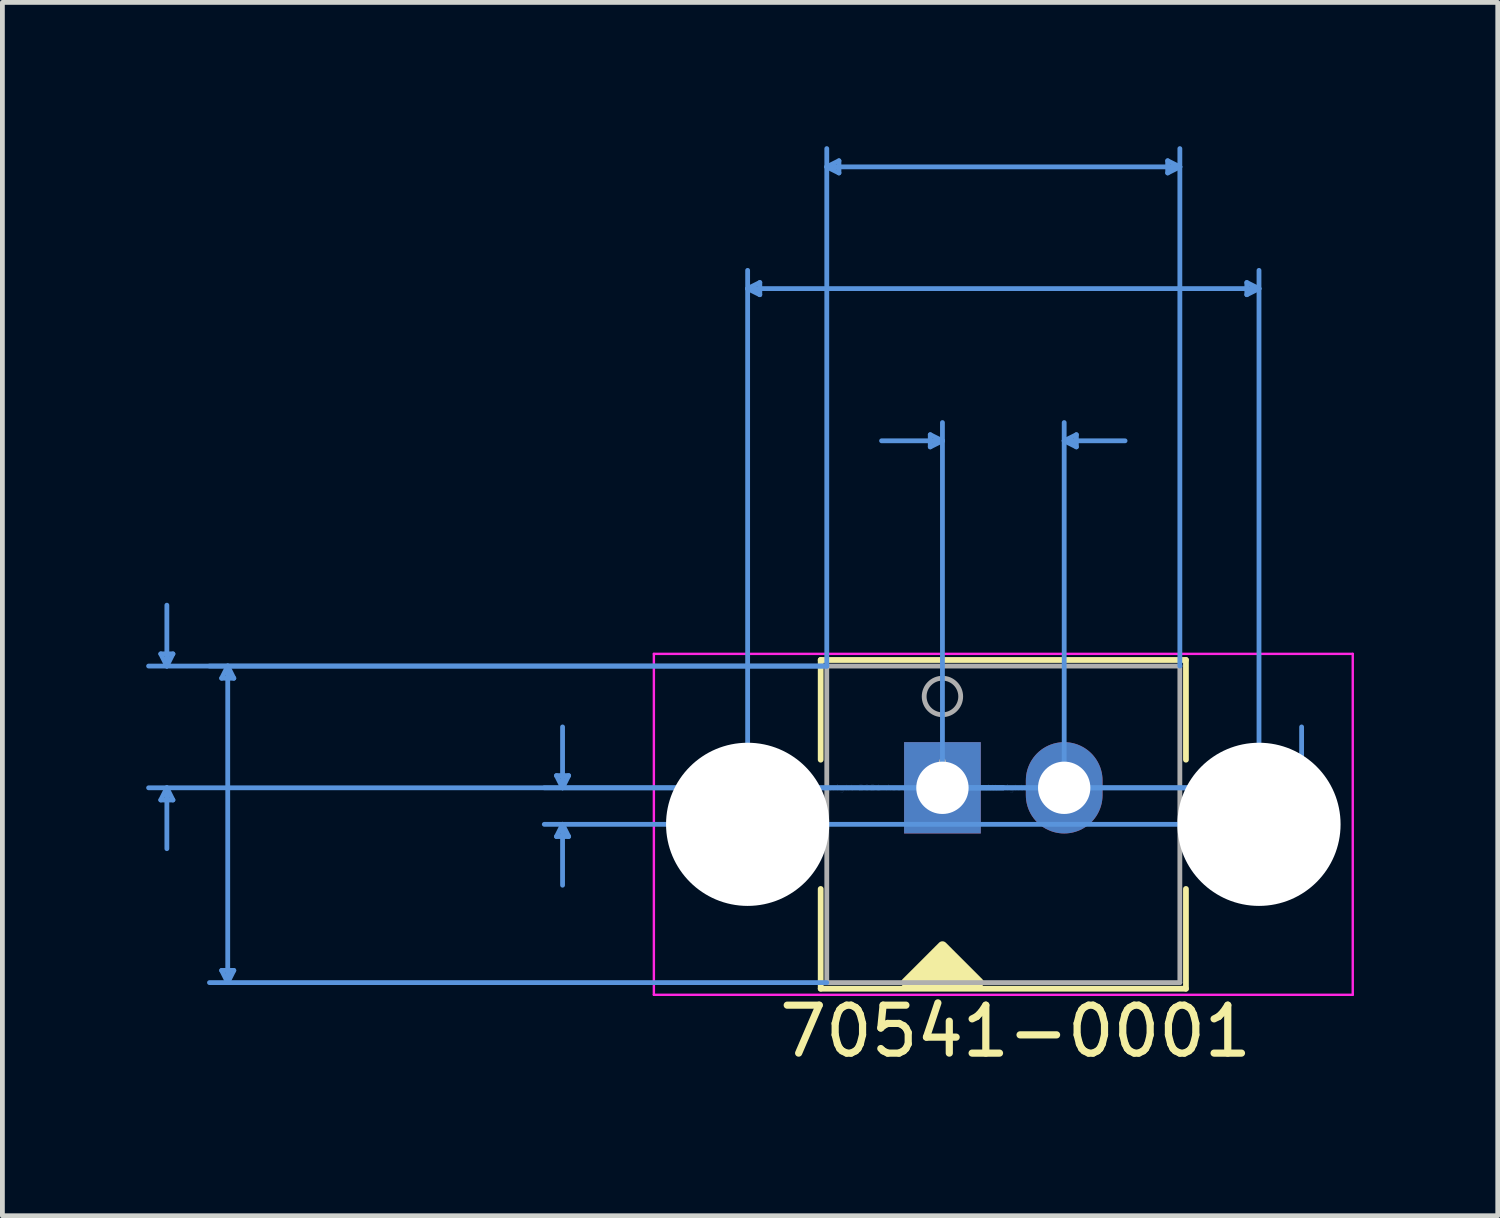
<source format=kicad_pcb>
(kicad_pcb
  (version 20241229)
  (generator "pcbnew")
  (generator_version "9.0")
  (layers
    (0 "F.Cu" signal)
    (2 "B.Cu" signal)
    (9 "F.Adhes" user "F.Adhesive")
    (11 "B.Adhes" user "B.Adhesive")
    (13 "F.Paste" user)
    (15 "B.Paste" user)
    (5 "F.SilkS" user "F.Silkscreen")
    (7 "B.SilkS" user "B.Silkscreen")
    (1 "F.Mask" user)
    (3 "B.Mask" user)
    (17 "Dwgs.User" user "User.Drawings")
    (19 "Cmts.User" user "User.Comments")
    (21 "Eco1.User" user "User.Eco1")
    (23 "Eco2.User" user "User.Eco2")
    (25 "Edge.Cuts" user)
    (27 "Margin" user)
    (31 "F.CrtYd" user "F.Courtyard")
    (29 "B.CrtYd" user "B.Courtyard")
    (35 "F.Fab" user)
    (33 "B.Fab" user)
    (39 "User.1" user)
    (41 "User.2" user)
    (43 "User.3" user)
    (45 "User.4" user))
  (footprint "70541-0001"
    (layer "F.Cu")
    (at 16.611 13.385)
    (property "Reference" "70541-0001" (at 1.524 5.08 0) (layer "F.SilkS") (effects (font (size 1 1) (thickness 0.15))))
    (attr through_hole)
    (fp_line (start -2.54 -2.667) (end -2.54 -0.586) (stroke (width 0.12) (type solid)) (layer "F.SilkS"))
    (fp_line (start -2.54 2.11) (end -2.54 4.191) (stroke (width 0.12) (type solid)) (layer "F.SilkS"))
    (fp_line (start -2.54 4.191) (end 5.08 4.191) (stroke (width 0.12) (type solid)) (layer "F.SilkS"))
    (fp_line (start 5.08 -2.667) (end -2.54 -2.667) (stroke (width 0.12) (type solid)) (layer "F.SilkS"))
    (fp_line (start 5.08 -0.586) (end 5.08 -2.667) (stroke (width 0.12) (type solid)) (layer "F.SilkS"))
    (fp_line (start 5.08 4.191) (end 5.08 2.11) (stroke (width 0.12) (type solid)) (layer "F.SilkS"))
    (fp_poly (pts (xy 0.762 4.064) (xy -0.762 4.064) (xy 0 3.302)) (stroke (width 0.2) (type solid)) (fill yes) (layer "F.SilkS"))
    (fp_line (start -16.307 -2.794) (end -16.053 -2.794) (stroke (width 0.1) (type solid)) (layer "Cmts.User"))
    (fp_line (start -16.307 0.254) (end -16.053 0.254) (stroke (width 0.1) (type solid)) (layer "Cmts.User"))
    (fp_line (start -16.18 -2.54) (end -16.307 -2.794) (stroke (width 0.1) (type solid)) (layer "Cmts.User"))
    (fp_line (start -16.18 -2.54) (end -16.18 -3.81) (stroke (width 0.1) (type solid)) (layer "Cmts.User"))
    (fp_line (start -16.18 -2.54) (end -16.053 -2.794) (stroke (width 0.1) (type solid)) (layer "Cmts.User"))
    (fp_line (start -16.18 0) (end -16.307 0.254) (stroke (width 0.1) (type solid)) (layer "Cmts.User"))
    (fp_line (start -16.18 0) (end -16.18 1.27) (stroke (width 0.1) (type solid)) (layer "Cmts.User"))
    (fp_line (start -16.18 0) (end -16.053 0.254) (stroke (width 0.1) (type solid)) (layer "Cmts.User"))
    (fp_line (start -15.037 -2.286) (end -14.783 -2.286) (stroke (width 0.1) (type solid)) (layer "Cmts.User"))
    (fp_line (start -15.037 3.81) (end -14.783 3.81) (stroke (width 0.1) (type solid)) (layer "Cmts.User"))
    (fp_line (start -14.91 -2.54) (end -15.037 -2.286) (stroke (width 0.1) (type solid)) (layer "Cmts.User"))
    (fp_line (start -14.91 -2.54) (end -14.91 4.064) (stroke (width 0.1) (type solid)) (layer "Cmts.User"))
    (fp_line (start -14.91 -2.54) (end -14.783 -2.286) (stroke (width 0.1) (type solid)) (layer "Cmts.User"))
    (fp_line (start -14.91 4.064) (end -15.037 3.81) (stroke (width 0.1) (type solid)) (layer "Cmts.User"))
    (fp_line (start -14.91 4.064) (end -14.783 3.81) (stroke (width 0.1) (type solid)) (layer "Cmts.User"))
    (fp_line (start -8.052 -0.254) (end -7.798 -0.254) (stroke (width 0.1) (type solid)) (layer "Cmts.User"))
    (fp_line (start -8.052 1.016) (end -7.798 1.016) (stroke (width 0.1) (type solid)) (layer "Cmts.User"))
    (fp_line (start -7.925 0) (end -8.052 -0.254) (stroke (width 0.1) (type solid)) (layer "Cmts.User"))
    (fp_line (start -7.925 0) (end -7.925 -1.27) (stroke (width 0.1) (type solid)) (layer "Cmts.User"))
    (fp_line (start -7.925 0) (end -7.798 -0.254) (stroke (width 0.1) (type solid)) (layer "Cmts.User"))
    (fp_line (start -7.925 0.762) (end -8.052 1.016) (stroke (width 0.1) (type solid)) (layer "Cmts.User"))
    (fp_line (start -7.925 0.762) (end -7.925 2.032) (stroke (width 0.1) (type solid)) (layer "Cmts.User"))
    (fp_line (start -7.925 0.762) (end -7.798 1.016) (stroke (width 0.1) (type solid)) (layer "Cmts.User"))
    (fp_line (start -4.064 -10.414) (end -3.81 -10.541) (stroke (width 0.1) (type solid)) (layer "Cmts.User"))
    (fp_line (start -4.064 -10.414) (end -3.81 -10.287) (stroke (width 0.1) (type solid)) (layer "Cmts.User"))
    (fp_line (start -4.064 -10.414) (end 6.604 -10.414) (stroke (width 0.1) (type solid)) (layer "Cmts.User"))
    (fp_line (start -4.064 0.762) (end -4.064 -10.795) (stroke (width 0.1) (type solid)) (layer "Cmts.User"))
    (fp_line (start -3.81 -10.541) (end -3.81 -10.287) (stroke (width 0.1) (type solid)) (layer "Cmts.User"))
    (fp_line (start -2.413 -12.954) (end -2.159 -13.081) (stroke (width 0.1) (type solid)) (layer "Cmts.User"))
    (fp_line (start -2.413 -12.954) (end -2.159 -12.827) (stroke (width 0.1) (type solid)) (layer "Cmts.User"))
    (fp_line (start -2.413 -12.954) (end 4.953 -12.954) (stroke (width 0.1) (type solid)) (layer "Cmts.User"))
    (fp_line (start -2.413 -2.54) (end -16.561 -2.54) (stroke (width 0.1) (type solid)) (layer "Cmts.User"))
    (fp_line (start -2.413 -2.54) (end -15.291 -2.54) (stroke (width 0.1) (type solid)) (layer "Cmts.User"))
    (fp_line (start -2.413 -2.54) (end -2.413 -13.335) (stroke (width 0.1) (type solid)) (layer "Cmts.User"))
    (fp_line (start -2.413 4.064) (end -15.291 4.064) (stroke (width 0.1) (type solid)) (layer "Cmts.User"))
    (fp_line (start -2.159 -13.081) (end -2.159 -12.827) (stroke (width 0.1) (type solid)) (layer "Cmts.User"))
    (fp_line (start -0.254 -7.366) (end -0.254 -7.112) (stroke (width 0.1) (type solid)) (layer "Cmts.User"))
    (fp_line (start 0 -7.239) (end -1.27 -7.239) (stroke (width 0.1) (type solid)) (layer "Cmts.User"))
    (fp_line (start 0 -7.239) (end -0.254 -7.366) (stroke (width 0.1) (type solid)) (layer "Cmts.User"))
    (fp_line (start 0 -7.239) (end -0.254 -7.112) (stroke (width 0.1) (type solid)) (layer "Cmts.User"))
    (fp_line (start 0 0) (end 0 -7.62) (stroke (width 0.1) (type solid)) (layer "Cmts.User"))
    (fp_line (start 0 0) (end 7.874 0) (stroke (width 0.1) (type solid)) (layer "Cmts.User"))
    (fp_line (start 0 0) (end 7.874 0) (stroke (width 0.1) (type solid)) (layer "Cmts.User"))
    (fp_line (start 1.27 0) (end -16.561 0) (stroke (width 0.1) (type solid)) (layer "Cmts.User"))
    (fp_line (start 1.27 0) (end -8.306 0) (stroke (width 0.1) (type solid)) (layer "Cmts.User"))
    (fp_line (start 2.54 -7.239) (end 2.794 -7.366) (stroke (width 0.1) (type solid)) (layer "Cmts.User"))
    (fp_line (start 2.54 -7.239) (end 2.794 -7.112) (stroke (width 0.1) (type solid)) (layer "Cmts.User"))
    (fp_line (start 2.54 -7.239) (end 3.81 -7.239) (stroke (width 0.1) (type solid)) (layer "Cmts.User"))
    (fp_line (start 2.54 0) (end 2.54 -7.62) (stroke (width 0.1) (type solid)) (layer "Cmts.User"))
    (fp_line (start 2.794 -7.366) (end 2.794 -7.112) (stroke (width 0.1) (type solid)) (layer "Cmts.User"))
    (fp_line (start 4.699 -13.081) (end 4.699 -12.827) (stroke (width 0.1) (type solid)) (layer "Cmts.User"))
    (fp_line (start 4.953 -12.954) (end 4.699 -13.081) (stroke (width 0.1) (type solid)) (layer "Cmts.User"))
    (fp_line (start 4.953 -12.954) (end 4.699 -12.827) (stroke (width 0.1) (type solid)) (layer "Cmts.User"))
    (fp_line (start 4.953 -2.54) (end 4.953 -13.335) (stroke (width 0.1) (type solid)) (layer "Cmts.User"))
    (fp_line (start 6.35 -10.541) (end 6.35 -10.287) (stroke (width 0.1) (type solid)) (layer "Cmts.User"))
    (fp_line (start 6.604 -10.414) (end 6.35 -10.541) (stroke (width 0.1) (type solid)) (layer "Cmts.User"))
    (fp_line (start 6.604 -10.414) (end 6.35 -10.287) (stroke (width 0.1) (type solid)) (layer "Cmts.User"))
    (fp_line (start 6.604 0.762) (end -8.306 0.762) (stroke (width 0.1) (type solid)) (layer "Cmts.User"))
    (fp_line (start 6.604 0.762) (end 6.604 -10.795) (stroke (width 0.1) (type solid)) (layer "Cmts.User"))
    (fp_line (start 7.366 -0.254) (end 7.62 -0.254) (stroke (width 0.1) (type solid)) (layer "Cmts.User"))
    (fp_line (start 7.366 0.254) (end 7.62 0.254) (stroke (width 0.1) (type solid)) (layer "Cmts.User"))
    (fp_line (start 7.493 0) (end 7.366 -0.254) (stroke (width 0.1) (type solid)) (layer "Cmts.User"))
    (fp_line (start 7.493 0) (end 7.366 0.254) (stroke (width 0.1) (type solid)) (layer "Cmts.User"))
    (fp_line (start 7.493 0) (end 7.493 -1.27) (stroke (width 0.1) (type solid)) (layer "Cmts.User"))
    (fp_line (start 7.493 0) (end 7.493 1.27) (stroke (width 0.1) (type solid)) (layer "Cmts.User"))
    (fp_line (start 7.493 0) (end 7.62 -0.254) (stroke (width 0.1) (type solid)) (layer "Cmts.User"))
    (fp_line (start 7.493 0) (end 7.62 0.254) (stroke (width 0.1) (type solid)) (layer "Cmts.User"))
    (fp_line (start -6.02 -2.794) (end -6.02 4.318) (stroke (width 0.05) (type solid)) (layer "F.CrtYd"))
    (fp_line (start -6.02 4.318) (end 8.56 4.318) (stroke (width 0.05) (type solid)) (layer "F.CrtYd"))
    (fp_line (start 8.56 -2.794) (end -6.02 -2.794) (stroke (width 0.05) (type solid)) (layer "F.CrtYd"))
    (fp_line (start 8.56 4.318) (end 8.56 -2.794) (stroke (width 0.05) (type solid)) (layer "F.CrtYd"))
    (fp_line (start -2.413 -2.54) (end -2.413 4.064) (stroke (width 0.1) (type solid)) (layer "F.Fab"))
    (fp_line (start -2.413 4.064) (end 4.953 4.064) (stroke (width 0.1) (type solid)) (layer "F.Fab"))
    (fp_line (start 4.953 -2.54) (end -2.413 -2.54) (stroke (width 0.1) (type solid)) (layer "F.Fab"))
    (fp_line (start 4.953 4.064) (end 4.953 -2.54) (stroke (width 0.1) (type solid)) (layer "F.Fab"))
    (fp_circle (center 0 -1.905) (end 0.381 -1.905) (stroke (width 0.1) (type solid)) (fill no) (layer "F.Fab"))
    (fp_text user "Copyright 2021 Accelerated Designs. All rights reserved." (at 0 0 0) (layer "Cmts.User") (effects (font (size 0.127 0.127) (thickness 0.002))))
    (fp_text user "*" (at 0 0 0) (layer "F.Fab") (effects (font (size 1 1) (thickness 0.15))))
    (pad "" np_thru_hole circle (at -4.064 0.762) (size 3.404 3.404) (drill 3.404) (layers "*.Cu" "*.Mask"))
    (pad "" np_thru_hole circle (at 6.604 0.762) (size 3.404 3.404) (drill 3.404) (layers "*.Cu" "*.Mask"))
    (pad "1" thru_hole rect (at 0 0) (size 1.6 1.905) (drill 1.092) (layers "*.Cu" "*.Mask"))
    (pad "2" thru_hole oval (at 2.54 0) (size 1.6 1.905) (drill 1.092) (layers "*.Cu" "*.Mask")))
  (gr_rect
    (start -3 -3)
    (end 28.196 22.313)
    (stroke (width 0.1) (type default))
    (fill no)
    (layer "Edge.Cuts")))
</source>
